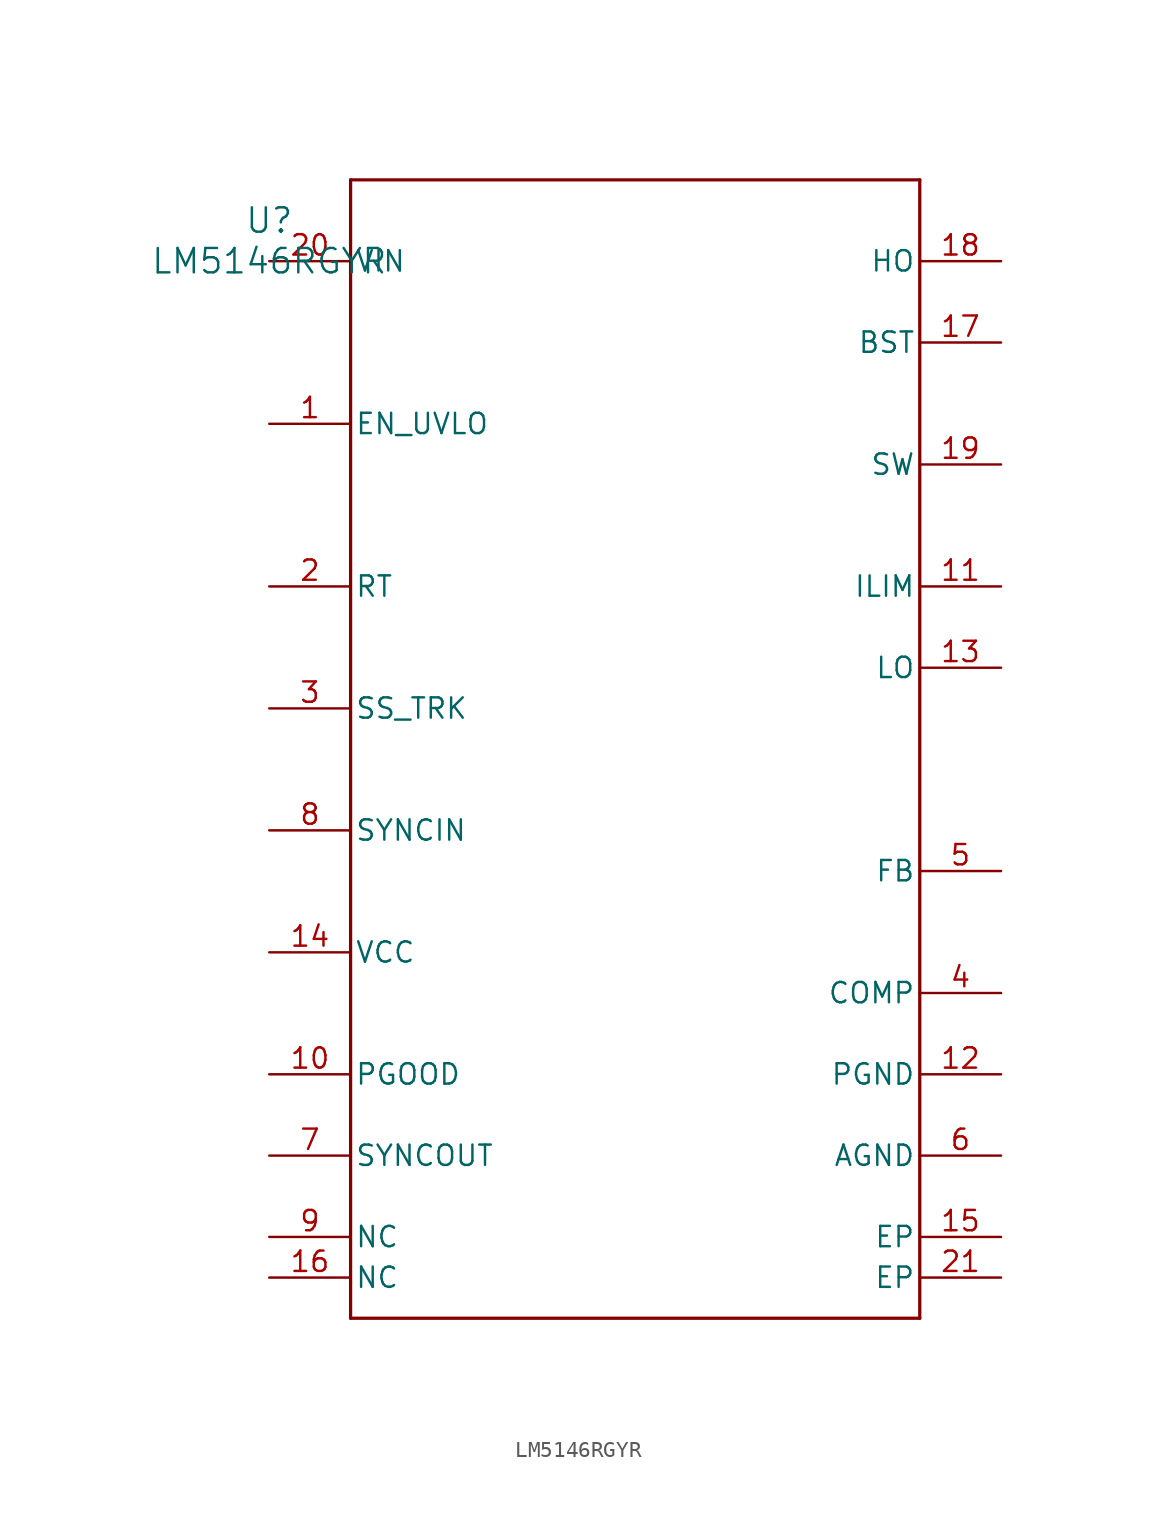
<source format=kicad_sym>
(kicad_symbol_lib
  (version 20211014)
  (generator kicad_symbol_editor)
  (symbol "LM5146RGYR"
    (pin_names
      (offset 0.254))
    (property "Reference" "U"
      (at 0 2.54 0)
      (effects (font (size 1.524 1.524))))
    (property "Value" "LM5146RGYR"
      (at 0 0 0)
      (effects (font (size 1.524 1.524))))
    (symbol "LM5146RGYR_0_1"
      (polyline (pts (xy 5.08 -66.04) (xy 40.64 -66.04)) (stroke (width 0.203) (type default) (color 0 0 0 0)) (fill (type none)))
      (polyline (pts (xy 40.64 -66.04) (xy 40.64 5.08)) (stroke (width 0.203) (type default) (color 0 0 0 0)) (fill (type none)))
      (polyline (pts (xy 40.64 5.08) (xy 5.08 5.08)) (stroke (width 0.203) (type default) (color 0 0 0 0)) (fill (type none)))
      (polyline (pts (xy 5.08 5.08) (xy 5.08 -66.04)) (stroke (width 0.203) (type default) (color 0 0 0 0)) (fill (type none)))
      (pin input line (at 0 -10.16 0) (length 5.08) (name "EN_UVLO" (effects (font (size 1.27 1.27)))) (number "1" (effects (font (size 1.27 1.27)))))
      (pin unspecified line (at 0 -20.32 0) (length 5.08) (name "RT" (effects (font (size 1.27 1.27)))) (number "2" (effects (font (size 1.27 1.27)))))
      (pin unspecified line (at 0 -27.94 0) (length 5.08) (name "SS_TRK" (effects (font (size 1.27 1.27)))) (number "3" (effects (font (size 1.27 1.27)))))
      (pin unspecified line (at 45.72 -45.72 180) (length 5.08) (name "COMP" (effects (font (size 1.27 1.27)))) (number "4" (effects (font (size 1.27 1.27)))))
      (pin unspecified line (at 45.72 -38.1 180) (length 5.08) (name "FB" (effects (font (size 1.27 1.27)))) (number "5" (effects (font (size 1.27 1.27)))))
      (pin power_in line (at 45.72 -55.88 180) (length 5.08) (name "AGND" (effects (font (size 1.27 1.27)))) (number "6" (effects (font (size 1.27 1.27)))))
      (pin output line (at 0 -55.88 0) (length 5.08) (name "SYNCOUT" (effects (font (size 1.27 1.27)))) (number "7" (effects (font (size 1.27 1.27)))))
      (pin input line (at 0 -35.56 0) (length 5.08) (name "SYNCIN" (effects (font (size 1.27 1.27)))) (number "8" (effects (font (size 1.27 1.27)))))
      (pin input line (at 0 -60.96 0) (length 5.08) (name "NC" (effects (font (size 1.27 1.27)))) (number "9" (effects (font (size 1.27 1.27)))))
      (pin open_collector line (at 0 -50.8 0) (length 5.08) (name "PGOOD" (effects (font (size 1.27 1.27)))) (number "10" (effects (font (size 1.27 1.27)))))
      (pin unspecified line (at 45.72 -20.32 180) (length 5.08) (name "ILIM" (effects (font (size 1.27 1.27)))) (number "11" (effects (font (size 1.27 1.27)))))
      (pin power_in line (at 45.72 -50.8 180) (length 5.08) (name "PGND" (effects (font (size 1.27 1.27)))) (number "12" (effects (font (size 1.27 1.27)))))
      (pin unspecified line (at 45.72 -25.4 180) (length 5.08) (name "LO" (effects (font (size 1.27 1.27)))) (number "13" (effects (font (size 1.27 1.27)))))
      (pin unspecified line (at 0 -43.18 0) (length 5.08) (name "VCC" (effects (font (size 1.27 1.27)))) (number "14" (effects (font (size 1.27 1.27)))))
      (pin power_in line (at 45.72 -60.96 180) (length 5.08) (name "EP" (effects (font (size 1.27 1.27)))) (number "15" (effects (font (size 1.27 1.27)))))
      (pin unspecified line (at 0 -63.5 0) (length 5.08) (name "NC" (effects (font (size 1.27 1.27)))) (number "16" (effects (font (size 1.27 1.27)))))
      (pin unspecified line (at 45.72 -5.08 180) (length 5.08) (name "BST" (effects (font (size 1.27 1.27)))) (number "17" (effects (font (size 1.27 1.27)))))
      (pin unspecified line (at 45.72 0 180) (length 5.08) (name "HO" (effects (font (size 1.27 1.27)))) (number "18" (effects (font (size 1.27 1.27)))))
      (pin unspecified line (at 45.72 -12.7 180) (length 5.08) (name "SW" (effects (font (size 1.27 1.27)))) (number "19" (effects (font (size 1.27 1.27)))))
      (pin power_in line (at 0 0 0) (length 5.08) (name "VIN" (effects (font (size 1.27 1.27)))) (number "20" (effects (font (size 1.27 1.27)))))
      (pin power_in line (at 45.72 -63.5 180) (length 5.08) (name "EP" (effects (font (size 1.27 1.27)))) (number "21" (effects (font (size 1.27 1.27))))))))
</source>
